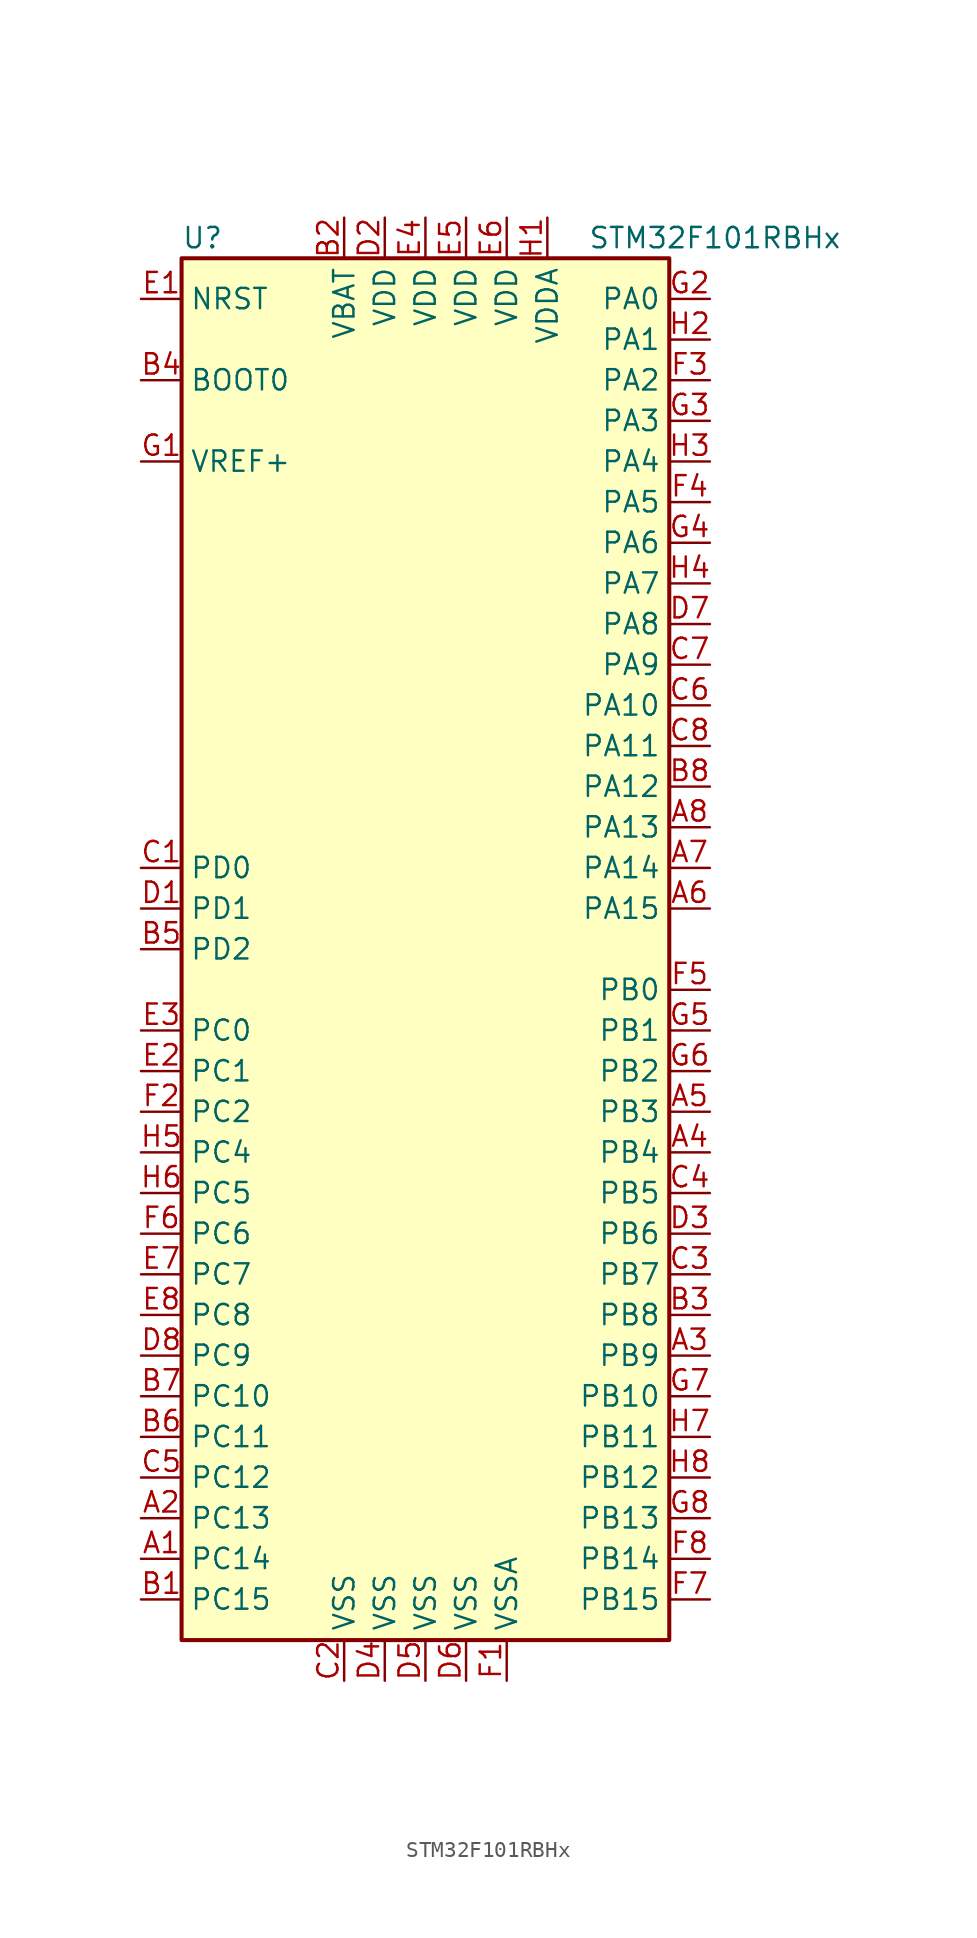
<source format=kicad_sym>
(kicad_symbol_lib
  (version 20201005)
  (generator kicad_symbol_editor)
  (symbol "STM32F101RBHx"
    (property "Reference" "U"
      (at -15.24 44.45 0)
      (effects (font (size 1.27 1.27)) (justify left)))
    (property "Value" "STM32F101RBHx"
      (at 10.16 44.45 0)
      (effects (font (size 1.27 1.27)) (justify left)))
    (symbol "STM32F101RBHx_0_1"
      (rectangle (start -15.24 -43.18) (end 15.24 43.18) (stroke (width 0.254)) (fill (type background))))
    (symbol "STM32F101RBHx_1_1"
      (pin bidirectional line (at -17.78 -38.1 0) (length 2.54) (name "PC14" (effects (font (size 1.27 1.27)))) (number "A1" (effects (font (size 1.27 1.27)))))
      (pin bidirectional line (at -17.78 -35.56 0) (length 2.54) (name "PC13" (effects (font (size 1.27 1.27)))) (number "A2" (effects (font (size 1.27 1.27)))))
      (pin bidirectional line (at 17.78 -25.4 180) (length 2.54) (name "PB9" (effects (font (size 1.27 1.27)))) (number "A3" (effects (font (size 1.27 1.27)))))
      (pin bidirectional line (at 17.78 -12.7 180) (length 2.54) (name "PB4" (effects (font (size 1.27 1.27)))) (number "A4" (effects (font (size 1.27 1.27)))))
      (pin bidirectional line (at 17.78 -10.16 180) (length 2.54) (name "PB3" (effects (font (size 1.27 1.27)))) (number "A5" (effects (font (size 1.27 1.27)))))
      (pin bidirectional line (at 17.78 2.54 180) (length 2.54) (name "PA15" (effects (font (size 1.27 1.27)))) (number "A6" (effects (font (size 1.27 1.27)))))
      (pin bidirectional line (at 17.78 5.08 180) (length 2.54) (name "PA14" (effects (font (size 1.27 1.27)))) (number "A7" (effects (font (size 1.27 1.27)))))
      (pin bidirectional line (at 17.78 7.62 180) (length 2.54) (name "PA13" (effects (font (size 1.27 1.27)))) (number "A8" (effects (font (size 1.27 1.27)))))
      (pin bidirectional line (at -17.78 -40.64 0) (length 2.54) (name "PC15" (effects (font (size 1.27 1.27)))) (number "B1" (effects (font (size 1.27 1.27)))))
      (pin power_in line (at -5.08 45.72 270) (length 2.54) (name "VBAT" (effects (font (size 1.27 1.27)))) (number "B2" (effects (font (size 1.27 1.27)))))
      (pin bidirectional line (at 17.78 -22.86 180) (length 2.54) (name "PB8" (effects (font (size 1.27 1.27)))) (number "B3" (effects (font (size 1.27 1.27)))))
      (pin input line (at -17.78 35.56 0) (length 2.54) (name "BOOT0" (effects (font (size 1.27 1.27)))) (number "B4" (effects (font (size 1.27 1.27)))))
      (pin bidirectional line (at -17.78 0 0) (length 2.54) (name "PD2" (effects (font (size 1.27 1.27)))) (number "B5" (effects (font (size 1.27 1.27)))))
      (pin bidirectional line (at -17.78 -30.48 0) (length 2.54) (name "PC11" (effects (font (size 1.27 1.27)))) (number "B6" (effects (font (size 1.27 1.27)))))
      (pin bidirectional line (at -17.78 -27.94 0) (length 2.54) (name "PC10" (effects (font (size 1.27 1.27)))) (number "B7" (effects (font (size 1.27 1.27)))))
      (pin bidirectional line (at 17.78 10.16 180) (length 2.54) (name "PA12" (effects (font (size 1.27 1.27)))) (number "B8" (effects (font (size 1.27 1.27)))))
      (pin input line (at -17.78 5.08 0) (length 2.54) (name "PD0" (effects (font (size 1.27 1.27)))) (number "C1" (effects (font (size 1.27 1.27)))))
      (pin power_in line (at -5.08 -45.72 90) (length 2.54) (name "VSS" (effects (font (size 1.27 1.27)))) (number "C2" (effects (font (size 1.27 1.27)))))
      (pin bidirectional line (at 17.78 -20.32 180) (length 2.54) (name "PB7" (effects (font (size 1.27 1.27)))) (number "C3" (effects (font (size 1.27 1.27)))))
      (pin bidirectional line (at 17.78 -15.24 180) (length 2.54) (name "PB5" (effects (font (size 1.27 1.27)))) (number "C4" (effects (font (size 1.27 1.27)))))
      (pin bidirectional line (at -17.78 -33.02 0) (length 2.54) (name "PC12" (effects (font (size 1.27 1.27)))) (number "C5" (effects (font (size 1.27 1.27)))))
      (pin bidirectional line (at 17.78 15.24 180) (length 2.54) (name "PA10" (effects (font (size 1.27 1.27)))) (number "C6" (effects (font (size 1.27 1.27)))))
      (pin bidirectional line (at 17.78 17.78 180) (length 2.54) (name "PA9" (effects (font (size 1.27 1.27)))) (number "C7" (effects (font (size 1.27 1.27)))))
      (pin bidirectional line (at 17.78 12.7 180) (length 2.54) (name "PA11" (effects (font (size 1.27 1.27)))) (number "C8" (effects (font (size 1.27 1.27)))))
      (pin input line (at -17.78 2.54 0) (length 2.54) (name "PD1" (effects (font (size 1.27 1.27)))) (number "D1" (effects (font (size 1.27 1.27)))))
      (pin power_in line (at -2.54 45.72 270) (length 2.54) (name "VDD" (effects (font (size 1.27 1.27)))) (number "D2" (effects (font (size 1.27 1.27)))))
      (pin bidirectional line (at 17.78 -17.78 180) (length 2.54) (name "PB6" (effects (font (size 1.27 1.27)))) (number "D3" (effects (font (size 1.27 1.27)))))
      (pin power_in line (at -2.54 -45.72 90) (length 2.54) (name "VSS" (effects (font (size 1.27 1.27)))) (number "D4" (effects (font (size 1.27 1.27)))))
      (pin power_in line (at 0 -45.72 90) (length 2.54) (name "VSS" (effects (font (size 1.27 1.27)))) (number "D5" (effects (font (size 1.27 1.27)))))
      (pin power_in line (at 2.54 -45.72 90) (length 2.54) (name "VSS" (effects (font (size 1.27 1.27)))) (number "D6" (effects (font (size 1.27 1.27)))))
      (pin bidirectional line (at 17.78 20.32 180) (length 2.54) (name "PA8" (effects (font (size 1.27 1.27)))) (number "D7" (effects (font (size 1.27 1.27)))))
      (pin bidirectional line (at -17.78 -25.4 0) (length 2.54) (name "PC9" (effects (font (size 1.27 1.27)))) (number "D8" (effects (font (size 1.27 1.27)))))
      (pin input line (at -17.78 40.64 0) (length 2.54) (name "NRST" (effects (font (size 1.27 1.27)))) (number "E1" (effects (font (size 1.27 1.27)))))
      (pin bidirectional line (at -17.78 -7.62 0) (length 2.54) (name "PC1" (effects (font (size 1.27 1.27)))) (number "E2" (effects (font (size 1.27 1.27)))))
      (pin bidirectional line (at -17.78 -5.08 0) (length 2.54) (name "PC0" (effects (font (size 1.27 1.27)))) (number "E3" (effects (font (size 1.27 1.27)))))
      (pin power_in line (at 0 45.72 270) (length 2.54) (name "VDD" (effects (font (size 1.27 1.27)))) (number "E4" (effects (font (size 1.27 1.27)))))
      (pin power_in line (at 2.54 45.72 270) (length 2.54) (name "VDD" (effects (font (size 1.27 1.27)))) (number "E5" (effects (font (size 1.27 1.27)))))
      (pin power_in line (at 5.08 45.72 270) (length 2.54) (name "VDD" (effects (font (size 1.27 1.27)))) (number "E6" (effects (font (size 1.27 1.27)))))
      (pin bidirectional line (at -17.78 -20.32 0) (length 2.54) (name "PC7" (effects (font (size 1.27 1.27)))) (number "E7" (effects (font (size 1.27 1.27)))))
      (pin bidirectional line (at -17.78 -22.86 0) (length 2.54) (name "PC8" (effects (font (size 1.27 1.27)))) (number "E8" (effects (font (size 1.27 1.27)))))
      (pin power_in line (at 5.08 -45.72 90) (length 2.54) (name "VSSA" (effects (font (size 1.27 1.27)))) (number "F1" (effects (font (size 1.27 1.27)))))
      (pin bidirectional line (at -17.78 -10.16 0) (length 2.54) (name "PC2" (effects (font (size 1.27 1.27)))) (number "F2" (effects (font (size 1.27 1.27)))))
      (pin bidirectional line (at 17.78 35.56 180) (length 2.54) (name "PA2" (effects (font (size 1.27 1.27)))) (number "F3" (effects (font (size 1.27 1.27)))))
      (pin bidirectional line (at 17.78 27.94 180) (length 2.54) (name "PA5" (effects (font (size 1.27 1.27)))) (number "F4" (effects (font (size 1.27 1.27)))))
      (pin bidirectional line (at 17.78 -2.54 180) (length 2.54) (name "PB0" (effects (font (size 1.27 1.27)))) (number "F5" (effects (font (size 1.27 1.27)))))
      (pin bidirectional line (at -17.78 -17.78 0) (length 2.54) (name "PC6" (effects (font (size 1.27 1.27)))) (number "F6" (effects (font (size 1.27 1.27)))))
      (pin bidirectional line (at 17.78 -40.64 180) (length 2.54) (name "PB15" (effects (font (size 1.27 1.27)))) (number "F7" (effects (font (size 1.27 1.27)))))
      (pin bidirectional line (at 17.78 -38.1 180) (length 2.54) (name "PB14" (effects (font (size 1.27 1.27)))) (number "F8" (effects (font (size 1.27 1.27)))))
      (pin power_in line (at -17.78 30.48 0) (length 2.54) (name "VREF+" (effects (font (size 1.27 1.27)))) (number "G1" (effects (font (size 1.27 1.27)))))
      (pin bidirectional line (at 17.78 40.64 180) (length 2.54) (name "PA0" (effects (font (size 1.27 1.27)))) (number "G2" (effects (font (size 1.27 1.27)))))
      (pin bidirectional line (at 17.78 33.02 180) (length 2.54) (name "PA3" (effects (font (size 1.27 1.27)))) (number "G3" (effects (font (size 1.27 1.27)))))
      (pin bidirectional line (at 17.78 25.4 180) (length 2.54) (name "PA6" (effects (font (size 1.27 1.27)))) (number "G4" (effects (font (size 1.27 1.27)))))
      (pin bidirectional line (at 17.78 -5.08 180) (length 2.54) (name "PB1" (effects (font (size 1.27 1.27)))) (number "G5" (effects (font (size 1.27 1.27)))))
      (pin bidirectional line (at 17.78 -7.62 180) (length 2.54) (name "PB2" (effects (font (size 1.27 1.27)))) (number "G6" (effects (font (size 1.27 1.27)))))
      (pin bidirectional line (at 17.78 -27.94 180) (length 2.54) (name "PB10" (effects (font (size 1.27 1.27)))) (number "G7" (effects (font (size 1.27 1.27)))))
      (pin bidirectional line (at 17.78 -35.56 180) (length 2.54) (name "PB13" (effects (font (size 1.27 1.27)))) (number "G8" (effects (font (size 1.27 1.27)))))
      (pin power_in line (at 7.62 45.72 270) (length 2.54) (name "VDDA" (effects (font (size 1.27 1.27)))) (number "H1" (effects (font (size 1.27 1.27)))))
      (pin bidirectional line (at 17.78 38.1 180) (length 2.54) (name "PA1" (effects (font (size 1.27 1.27)))) (number "H2" (effects (font (size 1.27 1.27)))))
      (pin bidirectional line (at 17.78 30.48 180) (length 2.54) (name "PA4" (effects (font (size 1.27 1.27)))) (number "H3" (effects (font (size 1.27 1.27)))))
      (pin bidirectional line (at 17.78 22.86 180) (length 2.54) (name "PA7" (effects (font (size 1.27 1.27)))) (number "H4" (effects (font (size 1.27 1.27)))))
      (pin bidirectional line (at -17.78 -12.7 0) (length 2.54) (name "PC4" (effects (font (size 1.27 1.27)))) (number "H5" (effects (font (size 1.27 1.27)))))
      (pin bidirectional line (at -17.78 -15.24 0) (length 2.54) (name "PC5" (effects (font (size 1.27 1.27)))) (number "H6" (effects (font (size 1.27 1.27)))))
      (pin bidirectional line (at 17.78 -30.48 180) (length 2.54) (name "PB11" (effects (font (size 1.27 1.27)))) (number "H7" (effects (font (size 1.27 1.27)))))
      (pin bidirectional line (at 17.78 -33.02 180) (length 2.54) (name "PB12" (effects (font (size 1.27 1.27)))) (number "H8" (effects (font (size 1.27 1.27))))))))
</source>
